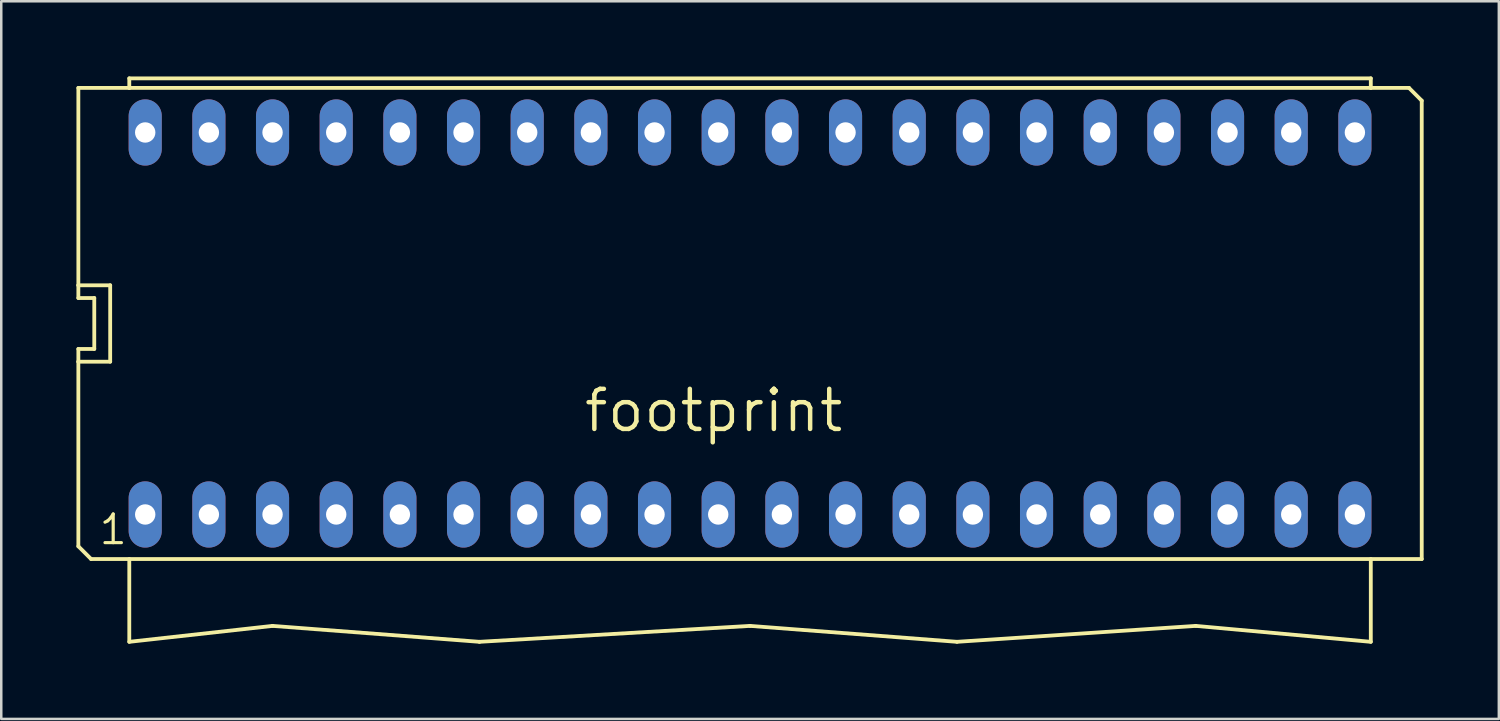
<source format=kicad_pcb>
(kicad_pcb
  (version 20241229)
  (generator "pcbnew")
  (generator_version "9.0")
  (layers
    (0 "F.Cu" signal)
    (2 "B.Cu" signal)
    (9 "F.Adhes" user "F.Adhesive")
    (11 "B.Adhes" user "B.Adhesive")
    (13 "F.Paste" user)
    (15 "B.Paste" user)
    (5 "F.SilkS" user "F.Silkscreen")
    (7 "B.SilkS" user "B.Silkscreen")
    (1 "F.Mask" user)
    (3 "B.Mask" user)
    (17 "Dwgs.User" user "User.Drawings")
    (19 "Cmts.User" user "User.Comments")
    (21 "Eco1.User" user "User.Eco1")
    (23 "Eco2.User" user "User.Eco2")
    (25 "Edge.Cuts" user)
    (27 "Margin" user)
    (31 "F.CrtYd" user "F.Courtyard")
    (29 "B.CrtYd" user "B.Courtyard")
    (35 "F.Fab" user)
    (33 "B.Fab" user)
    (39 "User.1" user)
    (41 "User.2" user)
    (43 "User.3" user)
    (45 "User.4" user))
  (footprint "footprint"
    (layer "F.Cu")
    (at 26.873 9.855)
    (property "Reference" "footprint" (at 3.81 2.54 0) (layer "F.SilkS") (effects (font (size 1.6 1.6) (thickness 0.178)) (justify right top)))
    (fp_line (start -26.797 -1.524) (end -26.797 -9.398) (stroke (width 0.152) (type solid)) (layer "F.SilkS"))
    (fp_line (start -26.797 -1.016) (end -26.797 -1.524) (stroke (width 0.152) (type solid)) (layer "F.SilkS"))
    (fp_line (start -26.797 1.016) (end -26.162 1.016) (stroke (width 0.152) (type solid)) (layer "F.SilkS"))
    (fp_line (start -26.797 1.524) (end -26.797 1.016) (stroke (width 0.152) (type solid)) (layer "F.SilkS"))
    (fp_line (start -26.797 1.524) (end -25.527 1.524) (stroke (width 0.152) (type solid)) (layer "F.SilkS"))
    (fp_line (start -26.797 8.89) (end -26.797 1.524) (stroke (width 0.152) (type solid)) (layer "F.SilkS"))
    (fp_line (start -26.289 9.398) (end -26.797 8.89) (stroke (width 0.152) (type solid)) (layer "F.SilkS"))
    (fp_line (start -26.289 9.398) (end 26.797 9.398) (stroke (width 0.152) (type solid)) (layer "F.SilkS"))
    (fp_line (start -26.162 -1.016) (end -26.797 -1.016) (stroke (width 0.152) (type solid)) (layer "F.SilkS"))
    (fp_line (start -26.162 -1.016) (end -26.162 1.016) (stroke (width 0.152) (type solid)) (layer "F.SilkS"))
    (fp_line (start -25.527 -1.524) (end -26.797 -1.524) (stroke (width 0.152) (type solid)) (layer "F.SilkS"))
    (fp_line (start -25.527 -1.524) (end -25.527 1.524) (stroke (width 0.152) (type solid)) (layer "F.SilkS"))
    (fp_line (start -24.765 -9.779) (end 24.765 -9.779) (stroke (width 0.152) (type solid)) (layer "F.SilkS"))
    (fp_line (start -24.765 -9.398) (end -26.797 -9.398) (stroke (width 0.152) (type solid)) (layer "F.SilkS"))
    (fp_line (start -24.765 -9.398) (end -24.765 -9.779) (stroke (width 0.152) (type solid)) (layer "F.SilkS"))
    (fp_line (start -24.765 9.398) (end -24.765 12.7) (stroke (width 0.152) (type solid)) (layer "F.SilkS"))
    (fp_line (start -24.765 12.7) (end -19.05 12.065) (stroke (width 0.152) (type solid)) (layer "F.SilkS"))
    (fp_line (start -19.05 12.065) (end -10.795 12.7) (stroke (width 0.152) (type solid)) (layer "F.SilkS"))
    (fp_line (start 0 12.065) (end -10.795 12.7) (stroke (width 0.152) (type solid)) (layer "F.SilkS"))
    (fp_line (start 8.255 12.7) (end 0 12.065) (stroke (width 0.152) (type solid)) (layer "F.SilkS"))
    (fp_line (start 17.78 12.065) (end 8.255 12.7) (stroke (width 0.152) (type solid)) (layer "F.SilkS"))
    (fp_line (start 17.78 12.065) (end 24.765 12.7) (stroke (width 0.152) (type solid)) (layer "F.SilkS"))
    (fp_line (start 24.765 -9.779) (end 24.765 -9.398) (stroke (width 0.152) (type solid)) (layer "F.SilkS"))
    (fp_line (start 24.765 -9.398) (end -24.765 -9.398) (stroke (width 0.152) (type solid)) (layer "F.SilkS"))
    (fp_line (start 24.765 12.7) (end 24.765 9.398) (stroke (width 0.152) (type solid)) (layer "F.SilkS"))
    (fp_line (start 26.289 -9.398) (end 24.765 -9.398) (stroke (width 0.152) (type solid)) (layer "F.SilkS"))
    (fp_line (start 26.797 -8.89) (end 26.289 -9.398) (stroke (width 0.152) (type solid)) (layer "F.SilkS"))
    (fp_line (start 26.797 9.398) (end 26.797 -8.89) (stroke (width 0.152) (type solid)) (layer "F.SilkS"))
    (fp_text user "1" (at -26.035 8.89 0) (layer "F.SilkS") (effects (font (size 1.143 1.143) (thickness 0.127)) (justify left bottom)))
    (pad "1" thru_hole oval (at -24.13 7.62 90) (size 2.642 1.321) (drill 0.813) (layers "*.Cu" "*.Mask"))
    (pad "2" thru_hole oval (at -21.59 7.62 90) (size 2.642 1.321) (drill 0.813) (layers "*.Cu" "*.Mask"))
    (pad "3" thru_hole oval (at -19.05 7.62 90) (size 2.642 1.321) (drill 0.813) (layers "*.Cu" "*.Mask"))
    (pad "4" thru_hole oval (at -16.51 7.62 90) (size 2.642 1.321) (drill 0.813) (layers "*.Cu" "*.Mask"))
    (pad "5" thru_hole oval (at -13.97 7.62 90) (size 2.642 1.321) (drill 0.813) (layers "*.Cu" "*.Mask"))
    (pad "6" thru_hole oval (at -11.43 7.62 90) (size 2.642 1.321) (drill 0.813) (layers "*.Cu" "*.Mask"))
    (pad "7" thru_hole oval (at -8.89 7.62 90) (size 2.642 1.321) (drill 0.813) (layers "*.Cu" "*.Mask"))
    (pad "8" thru_hole oval (at -6.35 7.62 90) (size 2.642 1.321) (drill 0.813) (layers "*.Cu" "*.Mask"))
    (pad "9" thru_hole oval (at -3.81 7.62 90) (size 2.642 1.321) (drill 0.813) (layers "*.Cu" "*.Mask"))
    (pad "10" thru_hole oval (at -1.27 7.62 90) (size 2.642 1.321) (drill 0.813) (layers "*.Cu" "*.Mask"))
    (pad "11" thru_hole oval (at 1.27 7.62 90) (size 2.642 1.321) (drill 0.813) (layers "*.Cu" "*.Mask"))
    (pad "12" thru_hole oval (at 3.81 7.62 90) (size 2.642 1.321) (drill 0.813) (layers "*.Cu" "*.Mask"))
    (pad "13" thru_hole oval (at 6.35 7.62 90) (size 2.642 1.321) (drill 0.813) (layers "*.Cu" "*.Mask"))
    (pad "14" thru_hole oval (at 8.89 7.62 90) (size 2.642 1.321) (drill 0.813) (layers "*.Cu" "*.Mask"))
    (pad "15" thru_hole oval (at 11.43 7.62 90) (size 2.642 1.321) (drill 0.813) (layers "*.Cu" "*.Mask"))
    (pad "16" thru_hole oval (at 13.97 7.62 90) (size 2.642 1.321) (drill 0.813) (layers "*.Cu" "*.Mask"))
    (pad "17" thru_hole oval (at 16.51 7.62 90) (size 2.642 1.321) (drill 0.813) (layers "*.Cu" "*.Mask"))
    (pad "18" thru_hole oval (at 19.05 7.62 90) (size 2.642 1.321) (drill 0.813) (layers "*.Cu" "*.Mask"))
    (pad "19" thru_hole oval (at 21.59 7.62 90) (size 2.642 1.321) (drill 0.813) (layers "*.Cu" "*.Mask"))
    (pad "20" thru_hole oval (at 24.13 7.62 90) (size 2.642 1.321) (drill 0.813) (layers "*.Cu" "*.Mask"))
    (pad "21" thru_hole oval (at 24.13 -7.62 90) (size 2.642 1.321) (drill 0.813) (layers "*.Cu" "*.Mask"))
    (pad "22" thru_hole oval (at 21.59 -7.62 90) (size 2.642 1.321) (drill 0.813) (layers "*.Cu" "*.Mask"))
    (pad "23" thru_hole oval (at 19.05 -7.62 90) (size 2.642 1.321) (drill 0.813) (layers "*.Cu" "*.Mask"))
    (pad "24" thru_hole oval (at 16.51 -7.62 90) (size 2.642 1.321) (drill 0.813) (layers "*.Cu" "*.Mask"))
    (pad "25" thru_hole oval (at 13.97 -7.62 90) (size 2.642 1.321) (drill 0.813) (layers "*.Cu" "*.Mask"))
    (pad "26" thru_hole oval (at 11.43 -7.62 90) (size 2.642 1.321) (drill 0.813) (layers "*.Cu" "*.Mask"))
    (pad "27" thru_hole oval (at 8.89 -7.62 90) (size 2.642 1.321) (drill 0.813) (layers "*.Cu" "*.Mask"))
    (pad "28" thru_hole oval (at 6.35 -7.62 90) (size 2.642 1.321) (drill 0.813) (layers "*.Cu" "*.Mask"))
    (pad "29" thru_hole oval (at 3.81 -7.62 90) (size 2.642 1.321) (drill 0.813) (layers "*.Cu" "*.Mask"))
    (pad "30" thru_hole oval (at 1.27 -7.62 90) (size 2.642 1.321) (drill 0.813) (layers "*.Cu" "*.Mask"))
    (pad "31" thru_hole oval (at -1.27 -7.62 90) (size 2.642 1.321) (drill 0.813) (layers "*.Cu" "*.Mask"))
    (pad "32" thru_hole oval (at -3.81 -7.62 90) (size 2.642 1.321) (drill 0.813) (layers "*.Cu" "*.Mask"))
    (pad "33" thru_hole oval (at -6.35 -7.62 90) (size 2.642 1.321) (drill 0.813) (layers "*.Cu" "*.Mask"))
    (pad "34" thru_hole oval (at -8.89 -7.62 90) (size 2.642 1.321) (drill 0.813) (layers "*.Cu" "*.Mask"))
    (pad "35" thru_hole oval (at -11.43 -7.62 90) (size 2.642 1.321) (drill 0.813) (layers "*.Cu" "*.Mask"))
    (pad "36" thru_hole oval (at -13.97 -7.62 90) (size 2.642 1.321) (drill 0.813) (layers "*.Cu" "*.Mask"))
    (pad "37" thru_hole oval (at -16.51 -7.62 90) (size 2.642 1.321) (drill 0.813) (layers "*.Cu" "*.Mask"))
    (pad "38" thru_hole oval (at -19.05 -7.62 90) (size 2.642 1.321) (drill 0.813) (layers "*.Cu" "*.Mask"))
    (pad "39" thru_hole oval (at -21.59 -7.62 90) (size 2.642 1.321) (drill 0.813) (layers "*.Cu" "*.Mask"))
    (pad "40" thru_hole oval (at -24.13 -7.62 90) (size 2.642 1.321) (drill 0.813) (layers "*.Cu" "*.Mask")))
  (gr_rect
    (start -3 -3)
    (end 56.746 25.631)
    (stroke (width 0.1) (type default))
    (fill no)
    (layer "Edge.Cuts")))
</source>
